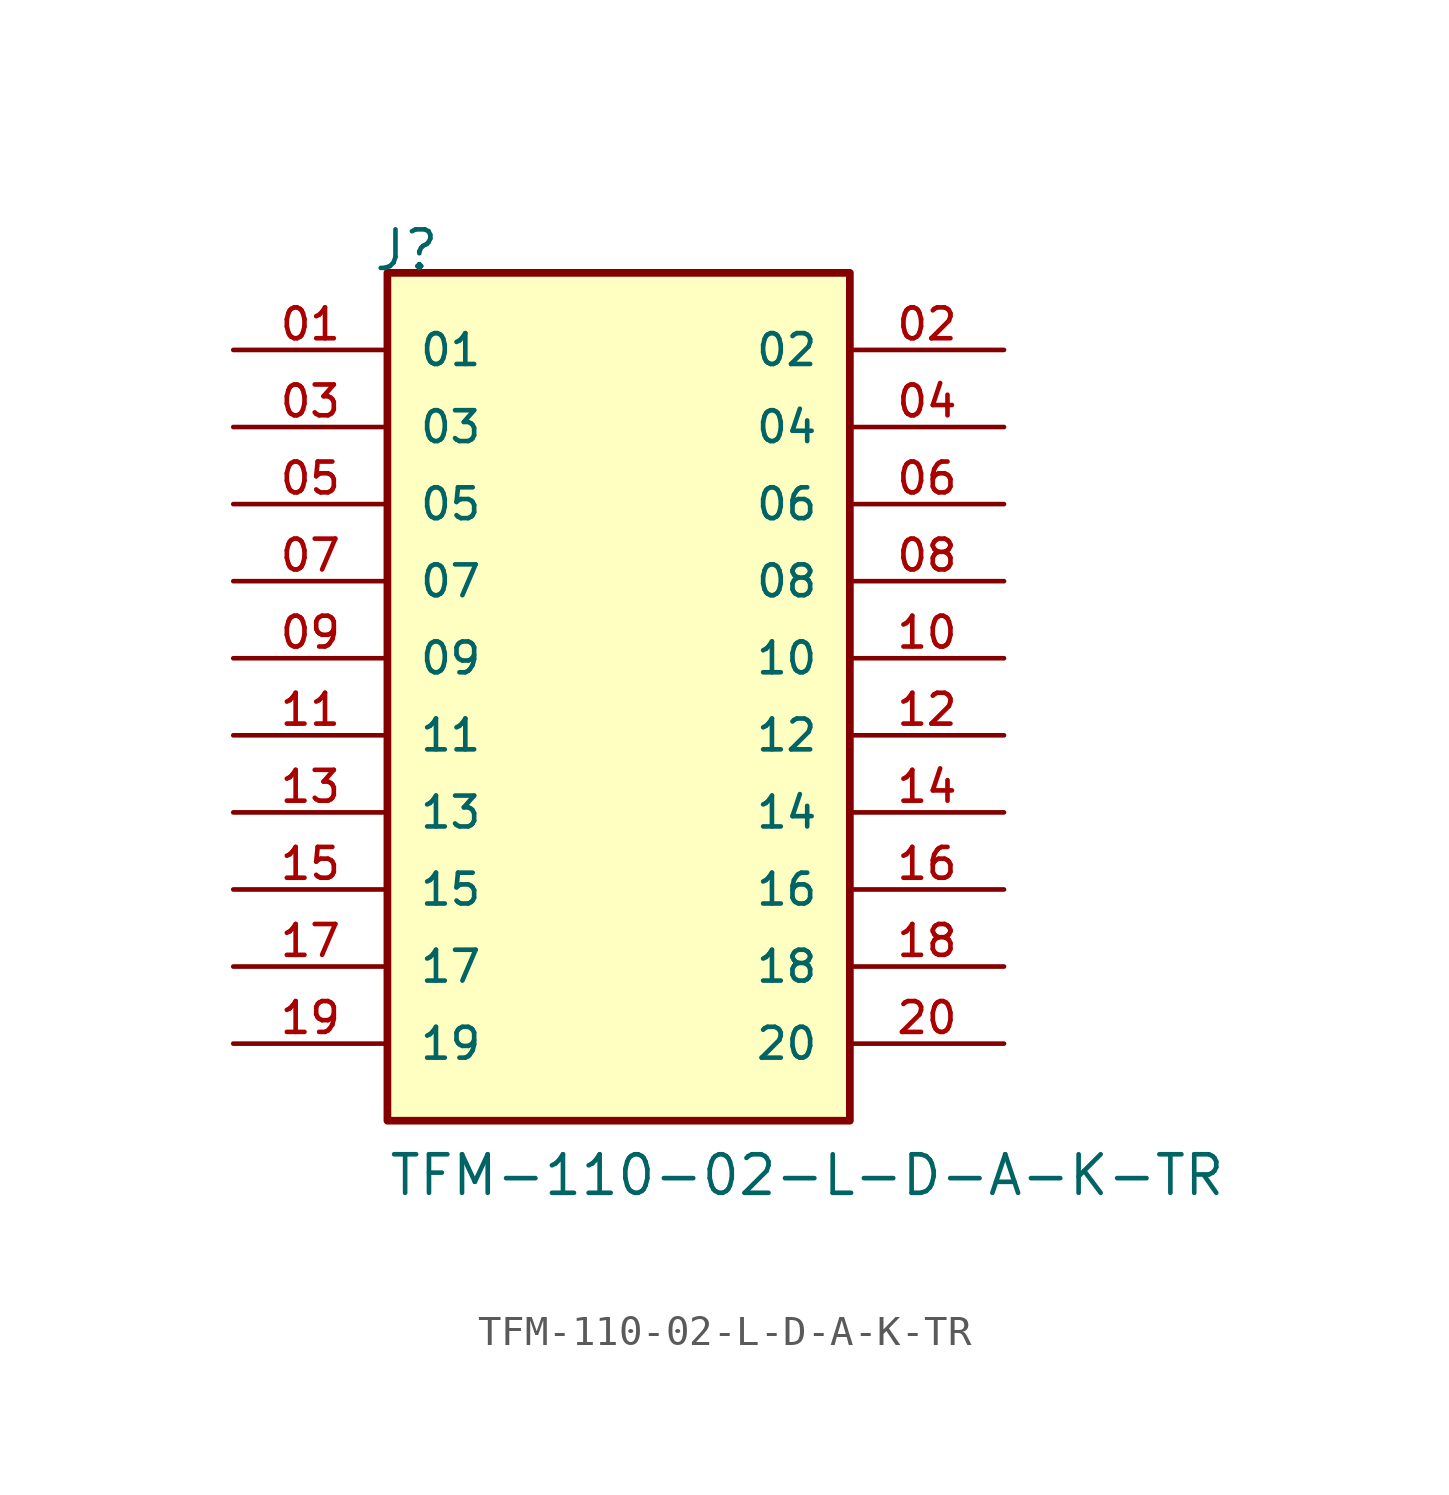
<source format=kicad_sym>
(kicad_symbol_lib
  (version 20231120)
  (generator "kicad_symbol_editor")
  (generator_version "8.0")
  (symbol "TFM-110-02-L-D-A-K-TR"
    (pin_names
      (offset 1.016))
    (property "Reference" "J"
      (at -8.12 15.24 0)
      (effects (font (size 1.27 1.27)) (justify left bottom)))
    (property "Value" "TFM-110-02-L-D-A-K-TR"
      (at -7.62 -15.24 0)
      (effects (font (size 1.27 1.27)) (justify left bottom)))
    (symbol "TFM-110-02-L-D-A-K-TR_0_0"
      (rectangle (start -7.62 -12.7) (end 7.62 15.24) (stroke (width 0.254) (type default)) (fill (type background)))
      (pin passive line (at -12.7 12.7 0) (length 5.08) (name "01" (effects (font (size 1.016 1.016)))) (number "01" (effects (font (size 1.016 1.016)))))
      (pin passive line (at 12.7 12.7 180) (length 5.08) (name "02" (effects (font (size 1.016 1.016)))) (number "02" (effects (font (size 1.016 1.016)))))
      (pin passive line (at -12.7 10.16 0) (length 5.08) (name "03" (effects (font (size 1.016 1.016)))) (number "03" (effects (font (size 1.016 1.016)))))
      (pin passive line (at 12.7 10.16 180) (length 5.08) (name "04" (effects (font (size 1.016 1.016)))) (number "04" (effects (font (size 1.016 1.016)))))
      (pin passive line (at -12.7 7.62 0) (length 5.08) (name "05" (effects (font (size 1.016 1.016)))) (number "05" (effects (font (size 1.016 1.016)))))
      (pin passive line (at 12.7 7.62 180) (length 5.08) (name "06" (effects (font (size 1.016 1.016)))) (number "06" (effects (font (size 1.016 1.016)))))
      (pin passive line (at -12.7 5.08 0) (length 5.08) (name "07" (effects (font (size 1.016 1.016)))) (number "07" (effects (font (size 1.016 1.016)))))
      (pin passive line (at 12.7 5.08 180) (length 5.08) (name "08" (effects (font (size 1.016 1.016)))) (number "08" (effects (font (size 1.016 1.016)))))
      (pin passive line (at -12.7 2.54 0) (length 5.08) (name "09" (effects (font (size 1.016 1.016)))) (number "09" (effects (font (size 1.016 1.016)))))
      (pin passive line (at 12.7 2.54 180) (length 5.08) (name "10" (effects (font (size 1.016 1.016)))) (number "10" (effects (font (size 1.016 1.016)))))
      (pin passive line (at -12.7 0 0) (length 5.08) (name "11" (effects (font (size 1.016 1.016)))) (number "11" (effects (font (size 1.016 1.016)))))
      (pin passive line (at 12.7 0 180) (length 5.08) (name "12" (effects (font (size 1.016 1.016)))) (number "12" (effects (font (size 1.016 1.016)))))
      (pin passive line (at -12.7 -2.54 0) (length 5.08) (name "13" (effects (font (size 1.016 1.016)))) (number "13" (effects (font (size 1.016 1.016)))))
      (pin passive line (at 12.7 -2.54 180) (length 5.08) (name "14" (effects (font (size 1.016 1.016)))) (number "14" (effects (font (size 1.016 1.016)))))
      (pin passive line (at -12.7 -5.08 0) (length 5.08) (name "15" (effects (font (size 1.016 1.016)))) (number "15" (effects (font (size 1.016 1.016)))))
      (pin passive line (at 12.7 -5.08 180) (length 5.08) (name "16" (effects (font (size 1.016 1.016)))) (number "16" (effects (font (size 1.016 1.016)))))
      (pin passive line (at -12.7 -7.62 0) (length 5.08) (name "17" (effects (font (size 1.016 1.016)))) (number "17" (effects (font (size 1.016 1.016)))))
      (pin passive line (at 12.7 -7.62 180) (length 5.08) (name "18" (effects (font (size 1.016 1.016)))) (number "18" (effects (font (size 1.016 1.016)))))
      (pin passive line (at -12.7 -10.16 0) (length 5.08) (name "19" (effects (font (size 1.016 1.016)))) (number "19" (effects (font (size 1.016 1.016)))))
      (pin passive line (at 12.7 -10.16 180) (length 5.08) (name "20" (effects (font (size 1.016 1.016)))) (number "20" (effects (font (size 1.016 1.016))))))))
</source>
